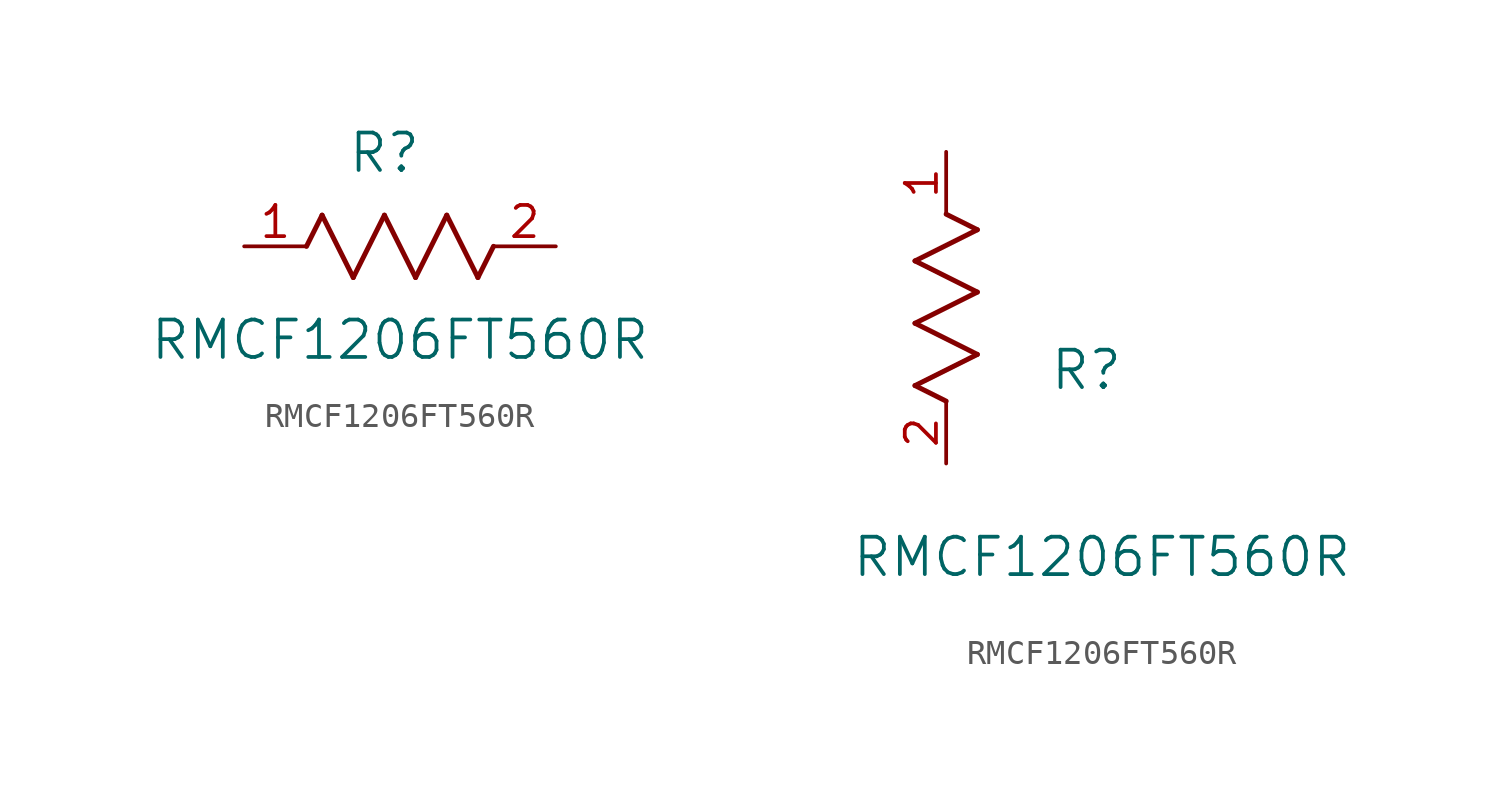
<source format=kicad_sym>
(kicad_symbol_lib
  (version 20211014)
  (generator kicad_symbol_editor)
  (symbol "RMCF1206FT560R"
    (pin_names
      (offset 0.254))
    (property "Reference" "R"
      (at 5.715 3.81 0)
      (effects (font (size 1.524 1.524))))
    (property "Value" "RMCF1206FT560R"
      (at 6.35 -3.81 0)
      (effects (font (size 1.524 1.524))))
    (symbol "RMCF1206FT560R_1_1"
      (polyline (pts (xy 3.175 1.27) (xy 4.445 -1.27)) (stroke (width 0.203) (type default) (color 0 0 0 0)) (fill (type none)))
      (polyline (pts (xy 4.445 -1.27) (xy 5.715 1.27)) (stroke (width 0.203) (type default) (color 0 0 0 0)) (fill (type none)))
      (polyline (pts (xy 5.715 1.27) (xy 6.985 -1.27)) (stroke (width 0.203) (type default) (color 0 0 0 0)) (fill (type none)))
      (polyline (pts (xy 6.985 -1.27) (xy 8.255 1.27)) (stroke (width 0.203) (type default) (color 0 0 0 0)) (fill (type none)))
      (polyline (pts (xy 8.255 1.27) (xy 9.525 -1.27)) (stroke (width 0.203) (type default) (color 0 0 0 0)) (fill (type none)))
      (polyline (pts (xy 2.54 0) (xy 3.175 1.27)) (stroke (width 0.203) (type default) (color 0 0 0 0)) (fill (type none)))
      (polyline (pts (xy 9.525 -1.27) (xy 10.16 0)) (stroke (width 0.203) (type default) (color 0 0 0 0)) (fill (type none)))
      (pin unspecified line (at 0 0 0) (length 2.54) (name "" (effects (font (size 1.27 1.27)))) (number "1" (effects (font (size 1.27 1.27)))))
      (pin unspecified line (at 12.7 0 180) (length 2.54) (name "" (effects (font (size 1.27 1.27)))) (number "2" (effects (font (size 1.27 1.27))))))
    (symbol "RMCF1206FT560R_1_2"
      (polyline (pts (xy 0 2.54) (xy -1.27 3.175)) (stroke (width 0.203) (type default) (color 0 0 0 0)) (fill (type none)))
      (polyline (pts (xy -1.27 3.175) (xy 1.27 4.445)) (stroke (width 0.203) (type default) (color 0 0 0 0)) (fill (type none)))
      (polyline (pts (xy 1.27 4.445) (xy -1.27 5.715)) (stroke (width 0.203) (type default) (color 0 0 0 0)) (fill (type none)))
      (polyline (pts (xy -1.27 5.715) (xy 1.27 6.985)) (stroke (width 0.203) (type default) (color 0 0 0 0)) (fill (type none)))
      (polyline (pts (xy -1.27 8.255) (xy 1.27 9.525)) (stroke (width 0.203) (type default) (color 0 0 0 0)) (fill (type none)))
      (polyline (pts (xy 1.27 9.525) (xy 0 10.16)) (stroke (width 0.203) (type default) (color 0 0 0 0)) (fill (type none)))
      (polyline (pts (xy 1.27 6.985) (xy -1.27 8.255)) (stroke (width 0.203) (type default) (color 0 0 0 0)) (fill (type none)))
      (pin unspecified line (at 0 12.7 270) (length 2.54) (name "" (effects (font (size 1.27 1.27)))) (number "1" (effects (font (size 1.27 1.27)))))
      (pin unspecified line (at 0 0 90) (length 2.54) (name "" (effects (font (size 1.27 1.27)))) (number "2" (effects (font (size 1.27 1.27))))))))
</source>
